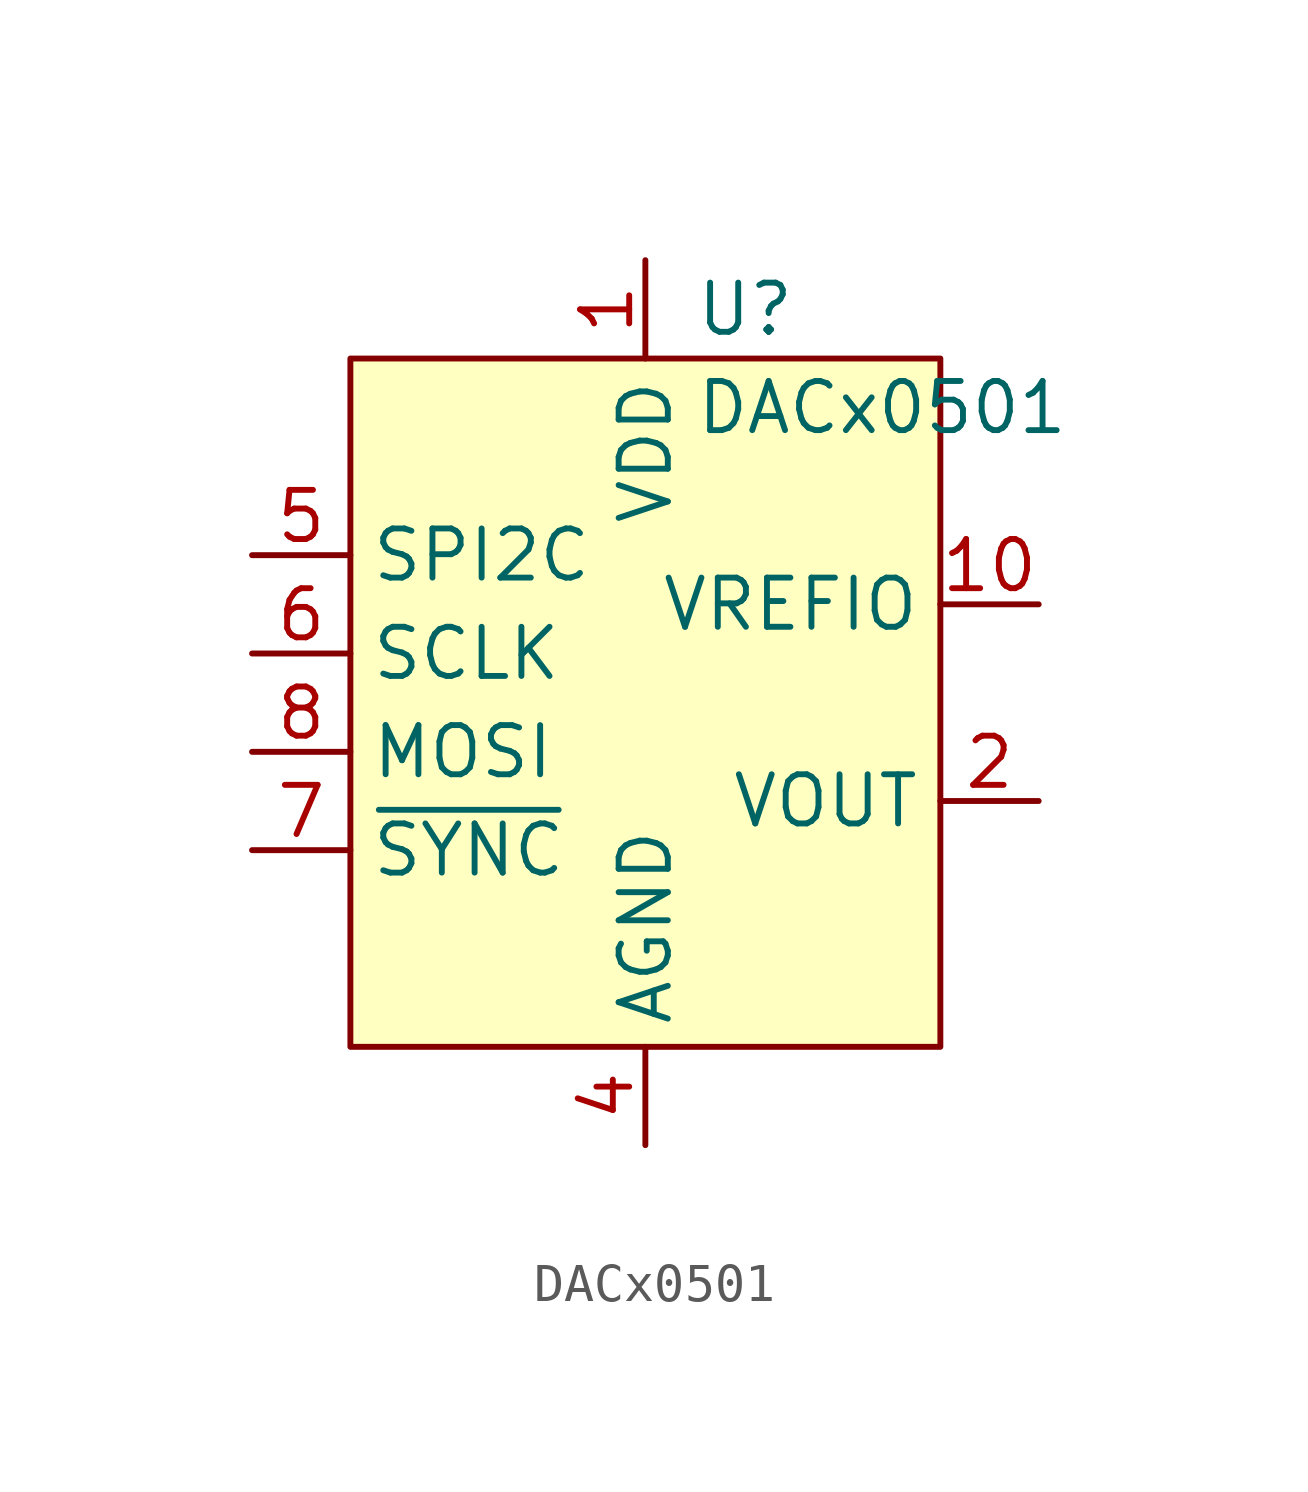
<source format=kicad_sym>
(kicad_symbol_lib
  (version 20231120)
  (generator "kicad_symbol_editor")
  (generator_version "8.0")
  (symbol "DACx0501"
    (property "Reference" "U"
      (at 1.27 10.16 0)
      (effects (font (size 1.27 1.27)) (justify left)))
    (property "Value" "DACx0501"
      (at 1.27 7.62 0)
      (effects (font (size 1.27 1.27)) (justify left)))
    (symbol "DACx0501_1_1"
      (rectangle (start -7.62 8.89) (end 7.62 -8.89) (stroke (width 0) (type default)) (fill (type background)))
      (pin power_in line (at 0 11.43 270) (length 2.54) (name "VDD" (effects (font (size 1.27 1.27)))) (number "1" (effects (font (size 1.27 1.27)))))
      (pin input line (at 10.16 2.54 180) (length 2.54) (name "VREFIO" (effects (font (size 1.27 1.27)))) (number "10" (effects (font (size 1.27 1.27)))))
      (pin output line (at 10.16 -2.54 180) (length 2.54) (name "VOUT" (effects (font (size 1.27 1.27)))) (number "2" (effects (font (size 1.27 1.27)))))
      (pin no_connect line (at 10.16 -5.08 180) (length 2.54) hide (name "NC" (effects (font (size 1.27 1.27)))) (number "3" (effects (font (size 1.27 1.27)))))
      (pin power_in line (at 0 -11.43 90) (length 2.54) (name "AGND" (effects (font (size 1.27 1.27)))) (number "4" (effects (font (size 1.27 1.27)))))
      (pin input line (at -10.16 3.81 0) (length 2.54) (name "SPI2C" (effects (font (size 1.27 1.27)))) (number "5" (effects (font (size 1.27 1.27)))))
      (pin input line (at -10.16 1.27 0) (length 2.54) (name "SCLK" (effects (font (size 1.27 1.27)))) (number "6" (effects (font (size 1.27 1.27)))))
      (pin input line (at -10.16 -3.81 0) (length 2.54) (name "~{SYNC}" (effects (font (size 1.27 1.27)))) (number "7" (effects (font (size 1.27 1.27)))))
      (pin input line (at -10.16 -1.27 0) (length 2.54) (name "MOSI" (effects (font (size 1.27 1.27)))) (number "8" (effects (font (size 1.27 1.27)))))
      (pin no_connect line (at 10.16 -7.62 180) (length 2.54) hide (name "NC" (effects (font (size 1.27 1.27)))) (number "9" (effects (font (size 1.27 1.27))))))))
</source>
